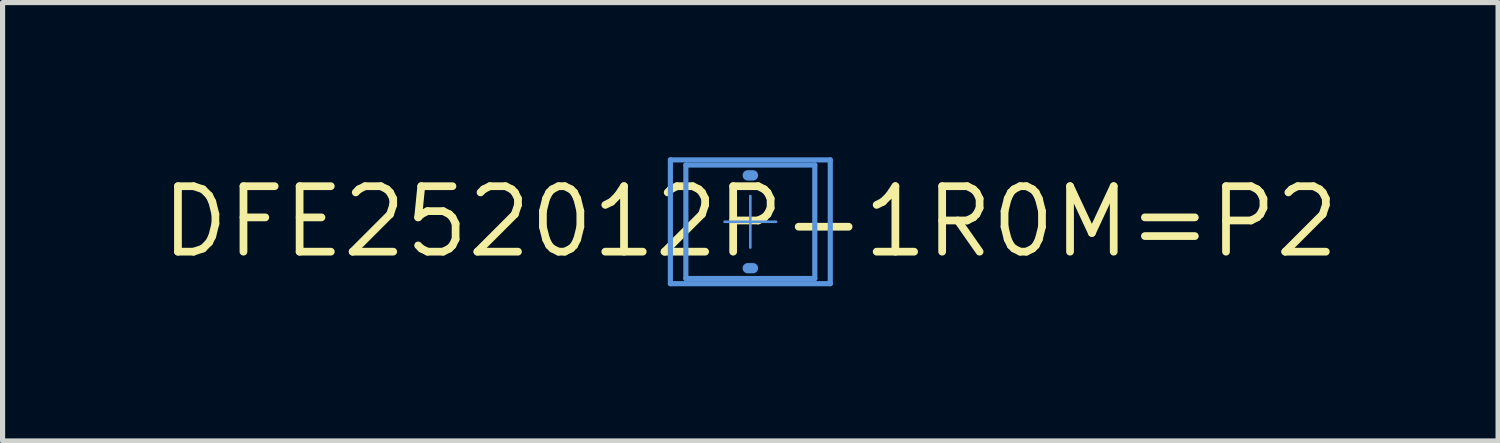
<source format=kicad_pcb>
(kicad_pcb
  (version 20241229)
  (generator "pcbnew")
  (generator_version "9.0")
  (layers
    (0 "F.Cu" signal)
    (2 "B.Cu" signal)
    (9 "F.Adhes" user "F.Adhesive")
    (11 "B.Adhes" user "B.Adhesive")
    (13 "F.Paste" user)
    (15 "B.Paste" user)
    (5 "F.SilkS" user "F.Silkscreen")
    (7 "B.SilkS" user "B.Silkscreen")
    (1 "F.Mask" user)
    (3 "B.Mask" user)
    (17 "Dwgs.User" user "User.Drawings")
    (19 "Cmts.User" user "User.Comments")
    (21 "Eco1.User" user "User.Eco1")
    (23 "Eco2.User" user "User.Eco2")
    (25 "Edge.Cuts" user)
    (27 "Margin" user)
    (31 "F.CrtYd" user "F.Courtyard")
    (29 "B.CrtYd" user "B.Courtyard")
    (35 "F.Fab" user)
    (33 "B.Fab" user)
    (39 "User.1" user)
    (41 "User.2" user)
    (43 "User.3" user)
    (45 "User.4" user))
  (footprint "DFE252012P-1R0M=P2"
    (layer "F.Cu")
    (at 11.498 1.25)
    (property "Reference" "DFE252012P-1R0M=P2" (at 0 0 0) (layer "F.SilkS") (effects (font (size 1.27 1.27) (thickness 0.15))))
    (attr through_hole)
    (fp_line (start -1.55 -1.2) (end 1.55 -1.2) (stroke (width 0.05) (type solid)) (layer "Cmts.User"))
    (fp_line (start -1.55 -1.2) (end 1.55 -1.2) (stroke (width 0.1) (type solid)) (layer "Cmts.User"))
    (fp_line (start -1.55 1.2) (end -1.55 -1.2) (stroke (width 0.05) (type solid)) (layer "Cmts.User"))
    (fp_line (start -1.55 1.2) (end -1.55 -1.2) (stroke (width 0.1) (type solid)) (layer "Cmts.User"))
    (fp_line (start -1.55 1.2) (end 1.55 1.2) (stroke (width 0.05) (type solid)) (layer "Cmts.User"))
    (fp_line (start -1.55 1.2) (end 1.55 1.2) (stroke (width 0.1) (type solid)) (layer "Cmts.User"))
    (fp_line (start -1.25 -1.1) (end 1.25 -1.1) (stroke (width 0.1) (type solid)) (layer "Cmts.User"))
    (fp_line (start -1.25 1.1) (end -1.25 -1.1) (stroke (width 0.1) (type solid)) (layer "Cmts.User"))
    (fp_line (start -1.25 1.1) (end 1.25 1.1) (stroke (width 0.1) (type solid)) (layer "Cmts.User"))
    (fp_line (start -0.5 0) (end 0.5 0) (stroke (width 0.05) (type solid)) (layer "Cmts.User"))
    (fp_line (start -0.05 -0.9) (end 0.05 -0.9) (stroke (width 0.2) (type solid)) (layer "Cmts.User"))
    (fp_line (start -0.05 0.9) (end 0.05 0.9) (stroke (width 0.2) (type solid)) (layer "Cmts.User"))
    (fp_line (start 0 0.5) (end 0 -0.5) (stroke (width 0.05) (type solid)) (layer "Cmts.User"))
    (fp_line (start 1.25 1.1) (end 1.25 -1.1) (stroke (width 0.1) (type solid)) (layer "Cmts.User"))
    (fp_line (start 1.55 1.2) (end 1.55 -1.2) (stroke (width 0.05) (type solid)) (layer "Cmts.User"))
    (fp_line (start 1.55 1.2) (end 1.55 -1.2) (stroke (width 0.1) (type solid)) (layer "Cmts.User")))
  (gr_rect
    (start -3 -3)
    (end 25.996 5.5)
    (stroke (width 0.1) (type default))
    (fill no)
    (layer "Edge.Cuts")))
</source>
